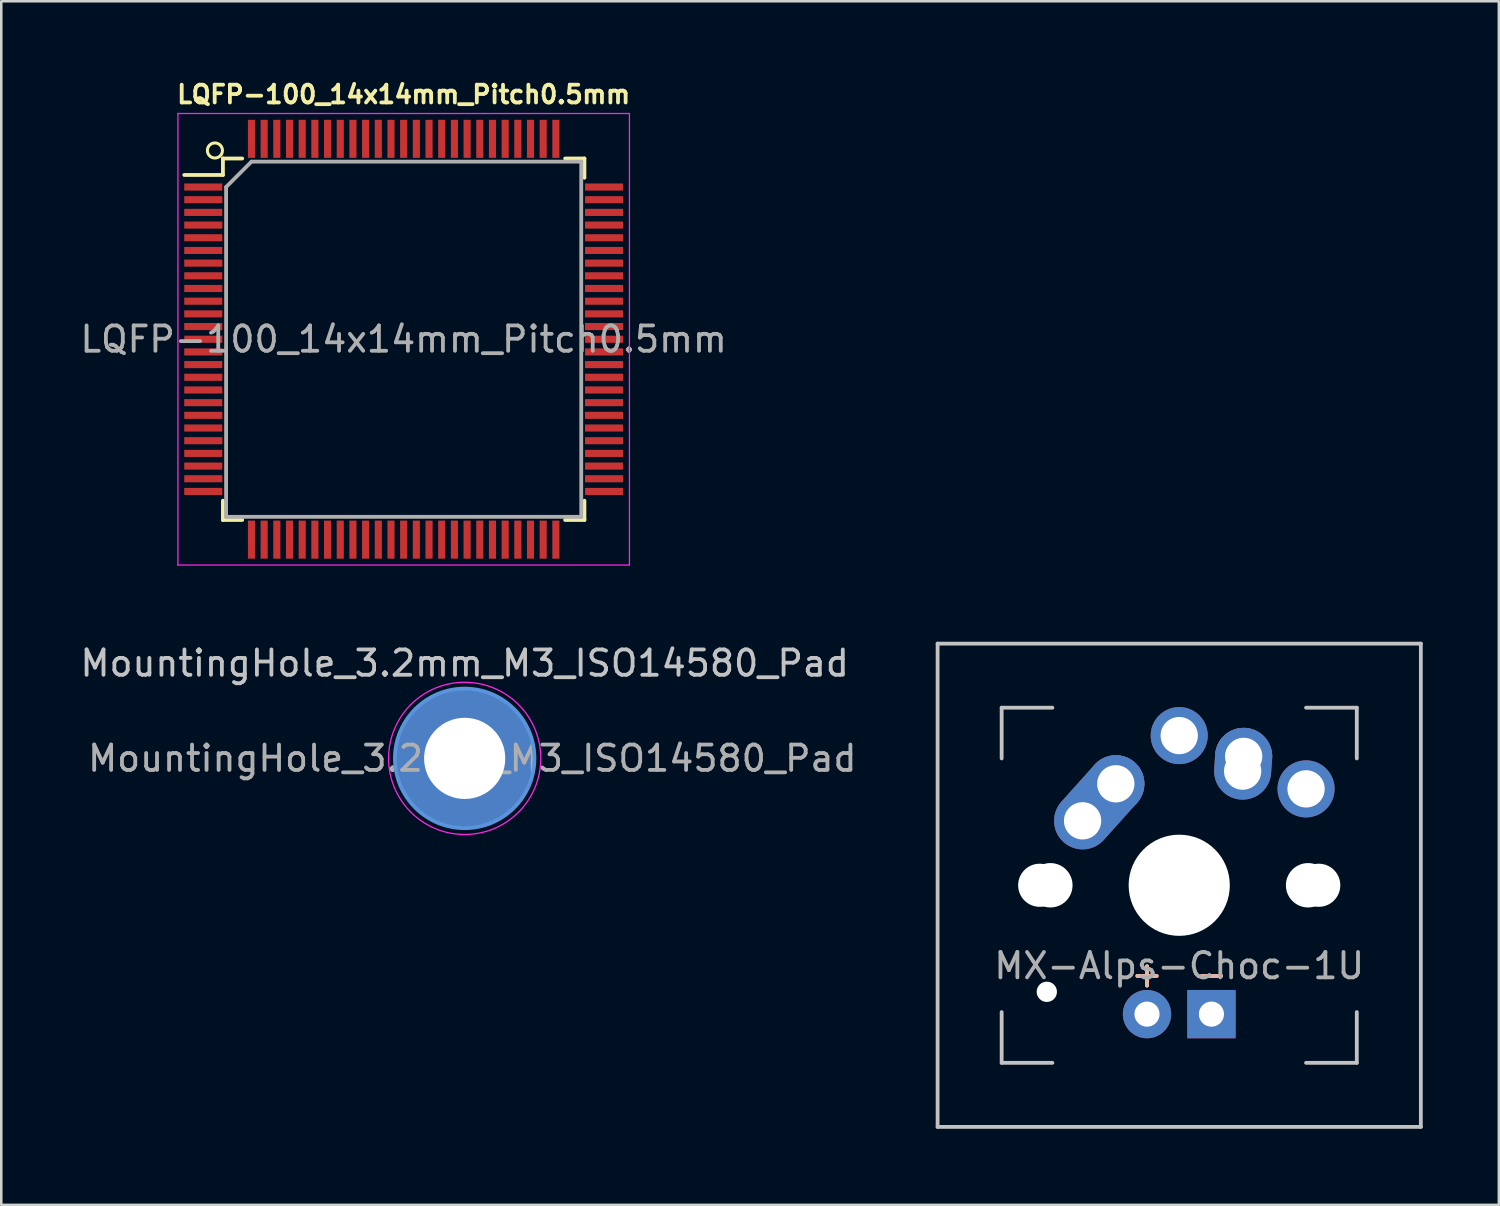
<source format=kicad_pcb>
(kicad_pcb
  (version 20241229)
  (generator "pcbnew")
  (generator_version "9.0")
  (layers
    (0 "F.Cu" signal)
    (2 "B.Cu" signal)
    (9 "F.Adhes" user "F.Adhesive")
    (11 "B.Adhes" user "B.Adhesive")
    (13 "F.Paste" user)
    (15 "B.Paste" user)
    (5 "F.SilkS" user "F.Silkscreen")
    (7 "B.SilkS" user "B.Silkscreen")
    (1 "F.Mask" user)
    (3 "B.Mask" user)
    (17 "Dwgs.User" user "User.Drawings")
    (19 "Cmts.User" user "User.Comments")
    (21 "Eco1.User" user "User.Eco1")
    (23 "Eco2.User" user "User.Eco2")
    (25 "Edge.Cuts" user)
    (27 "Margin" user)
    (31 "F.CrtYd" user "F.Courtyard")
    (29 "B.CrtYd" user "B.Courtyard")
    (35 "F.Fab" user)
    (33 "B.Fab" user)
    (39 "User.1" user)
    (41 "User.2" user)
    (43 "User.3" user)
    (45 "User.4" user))
  (footprint "MX-Alps-Choc-1U"
    (layer "F.Cu")
    (at 43.436 31.848)
    (property "Reference" "MX-Alps-Choc-1U" (at 0 3.175 0) (layer "F.Fab") (effects (font (size 1 1) (thickness 0.15))))
    (attr through_hole)
    (fp_line (start -9.525 -9.525) (end 9.525 -9.525) (stroke (width 0.15) (type solid)) (layer "Dwgs.User"))
    (fp_line (start -9.525 9.525) (end -9.525 -9.525) (stroke (width 0.15) (type solid)) (layer "Dwgs.User"))
    (fp_line (start -7 -7) (end -7 -5) (stroke (width 0.15) (type solid)) (layer "Dwgs.User"))
    (fp_line (start -7 5) (end -7 7) (stroke (width 0.15) (type solid)) (layer "Dwgs.User"))
    (fp_line (start -7 7) (end -5 7) (stroke (width 0.15) (type solid)) (layer "Dwgs.User"))
    (fp_line (start -5 -7) (end -7 -7) (stroke (width 0.15) (type solid)) (layer "Dwgs.User"))
    (fp_line (start 5 -7) (end 7 -7) (stroke (width 0.15) (type solid)) (layer "Dwgs.User"))
    (fp_line (start 5 7) (end 7 7) (stroke (width 0.15) (type solid)) (layer "Dwgs.User"))
    (fp_line (start 7 -7) (end 7 -5) (stroke (width 0.15) (type solid)) (layer "Dwgs.User"))
    (fp_line (start 7 7) (end 7 5) (stroke (width 0.15) (type solid)) (layer "Dwgs.User"))
    (fp_line (start 9.525 -9.525) (end 9.525 9.525) (stroke (width 0.15) (type solid)) (layer "Dwgs.User"))
    (fp_line (start 9.525 9.525) (end -9.525 9.525) (stroke (width 0.15) (type solid)) (layer "Dwgs.User"))
    (fp_text user "+" (at -1.27 3.5 0) (layer "F.SilkS") (effects (font (size 1 1) (thickness 0.15))))
    (fp_text user "-" (at 1.27 3.5 0) (layer "F.SilkS") (effects (font (size 1 1) (thickness 0.15))))
    (fp_text user "-" (at 1.27 3.5 0) (layer "B.SilkS") (effects (font (size 1 1) (thickness 0.15))))
    (fp_text user "+" (at -1.27 3.5 0) (layer "B.SilkS") (effects (font (size 1 1) (thickness 0.15))))
    (pad "" np_thru_hole circle (at -5.5 0 48.1) (size 1.7 1.7) (drill 1.7) (layers "*.Cu" "*.Mask"))
    (pad "" np_thru_hole circle (at -5.22 4.2 48.1) (size 0.8 0.8) (drill 0.8) (layers "*.Cu" "*.Mask"))
    (pad "" np_thru_hole circle (at -5.08 0 48.1) (size 1.75 1.75) (drill 1.75) (layers "*.Cu" "*.Mask"))
    (pad "" np_thru_hole circle (at 0 0) (size 3.988 3.988) (drill 3.988) (layers "*.Cu" "*.Mask"))
    (pad "" np_thru_hole circle (at 5.08 0 48.1) (size 1.75 1.75) (drill 1.75) (layers "*.Cu" "*.Mask"))
    (pad "" np_thru_hole circle (at 5.5 0 48.1) (size 1.7 1.7) (drill 1.7) (layers "*.Cu" "*.Mask"))
    (pad "1" thru_hole oval (at -3.81 -2.54 48.1) (size 4.212 2.25) (drill 1.47 (offset 0.981 0)) (layers "*.Cu" "*.Mask"))
    (pad "1" thru_hole circle (at -2.5 -4) (size 2.25 2.25) (drill 1.47) (layers "*.Cu" "*.Mask"))
    (pad "1" thru_hole circle (at 0 -5.9) (size 2.25 2.25) (drill 1.47) (layers "*.Cu" "*.Mask"))
    (pad "2" thru_hole oval (at 2.5 -4.5 86.1) (size 2.831 2.25) (drill 1.47 (offset 0.291 0)) (layers "*.Cu" "*.Mask"))
    (pad "2" thru_hole circle (at 2.54 -5.08) (size 2.25 2.25) (drill 1.47) (layers "*.Cu" "*.Mask"))
    (pad "2" thru_hole circle (at 5 -3.8) (size 2.25 2.25) (drill 1.47) (layers "*.Cu" "*.Mask"))
    (pad "3" thru_hole circle (at -1.27 5.08) (size 1.905 1.905) (drill 0.991) (layers "*.Cu" "*.Mask"))
    (pad "4" thru_hole rect (at 1.27 5.08) (size 1.905 1.905) (drill 0.991) (layers "*.Cu" "*.Mask")))
  (footprint "LQFP-100_14x14mm_Pitch0.5mm"
    (layer "F.Cu")
    (at 12.863 10.323)
    (property "Reference" "LQFP-100_14x14mm_Pitch0.5mm" (at 0 -9.65 0) (layer "F.SilkS") (effects (font (size 0.7 0.7) (thickness 0.15))))
    (attr smd)
    (fp_line (start -7.125 -7.125) (end -7.125 -6.475) (stroke (width 0.15) (type solid)) (layer "F.SilkS"))
    (fp_line (start -7.125 -7.125) (end -6.365 -7.125) (stroke (width 0.15) (type solid)) (layer "F.SilkS"))
    (fp_line (start -7.125 -6.475) (end -8.65 -6.475) (stroke (width 0.15) (type solid)) (layer "F.SilkS"))
    (fp_line (start -7.125 7.125) (end -7.125 6.365) (stroke (width 0.15) (type solid)) (layer "F.SilkS"))
    (fp_line (start -7.125 7.125) (end -6.365 7.125) (stroke (width 0.15) (type solid)) (layer "F.SilkS"))
    (fp_line (start 7.125 -7.125) (end 6.365 -7.125) (stroke (width 0.15) (type solid)) (layer "F.SilkS"))
    (fp_line (start 7.125 -7.125) (end 7.125 -6.365) (stroke (width 0.15) (type solid)) (layer "F.SilkS"))
    (fp_line (start 7.125 7.125) (end 6.365 7.125) (stroke (width 0.15) (type solid)) (layer "F.SilkS"))
    (fp_line (start 7.125 7.125) (end 7.125 6.365) (stroke (width 0.15) (type solid)) (layer "F.SilkS"))
    (fp_circle (center -7.441 -7.441) (end -7.144 -7.441) (stroke (width 0.12) (type solid)) (fill no) (layer "F.SilkS"))
    (fp_line (start -8.9 -8.9) (end -8.9 8.9) (stroke (width 0.05) (type solid)) (layer "F.CrtYd"))
    (fp_line (start -8.9 -8.9) (end 8.9 -8.9) (stroke (width 0.05) (type solid)) (layer "F.CrtYd"))
    (fp_line (start -8.9 8.9) (end 8.9 8.9) (stroke (width 0.05) (type solid)) (layer "F.CrtYd"))
    (fp_line (start 8.9 -8.9) (end 8.9 8.9) (stroke (width 0.05) (type solid)) (layer "F.CrtYd"))
    (fp_line (start -7 -6) (end -6 -7) (stroke (width 0.15) (type solid)) (layer "F.Fab"))
    (fp_line (start -7 7) (end -7 -6) (stroke (width 0.15) (type solid)) (layer "F.Fab"))
    (fp_line (start -6 -7) (end 7 -7) (stroke (width 0.15) (type solid)) (layer "F.Fab"))
    (fp_line (start 7 -7) (end 7 7) (stroke (width 0.15) (type solid)) (layer "F.Fab"))
    (fp_line (start 7 7) (end -7 7) (stroke (width 0.15) (type solid)) (layer "F.Fab"))
    (fp_text user "${REFERENCE}" (at 0 0 0) (layer "F.Fab") (effects (font (size 1 1) (thickness 0.15))))
    (pad "1" smd rect (at -7.9 -6) (size 1.5 0.28) (layers "F.Cu" "F.Mask" "F.Paste"))
    (pad "2" smd rect (at -7.9 -5.5) (size 1.5 0.28) (layers "F.Cu" "F.Mask" "F.Paste"))
    (pad "3" smd rect (at -7.9 -5) (size 1.5 0.28) (layers "F.Cu" "F.Mask" "F.Paste"))
    (pad "4" smd rect (at -7.9 -4.5) (size 1.5 0.28) (layers "F.Cu" "F.Mask" "F.Paste"))
    (pad "5" smd rect (at -7.9 -4) (size 1.5 0.28) (layers "F.Cu" "F.Mask" "F.Paste"))
    (pad "6" smd rect (at -7.9 -3.5) (size 1.5 0.28) (layers "F.Cu" "F.Mask" "F.Paste"))
    (pad "7" smd rect (at -7.9 -3) (size 1.5 0.28) (layers "F.Cu" "F.Mask" "F.Paste"))
    (pad "8" smd rect (at -7.9 -2.5) (size 1.5 0.28) (layers "F.Cu" "F.Mask" "F.Paste"))
    (pad "9" smd rect (at -7.9 -2) (size 1.5 0.28) (layers "F.Cu" "F.Mask" "F.Paste"))
    (pad "10" smd rect (at -7.9 -1.5) (size 1.5 0.28) (layers "F.Cu" "F.Mask" "F.Paste"))
    (pad "11" smd rect (at -7.9 -1) (size 1.5 0.28) (layers "F.Cu" "F.Mask" "F.Paste"))
    (pad "12" smd rect (at -7.9 -0.5) (size 1.5 0.28) (layers "F.Cu" "F.Mask" "F.Paste"))
    (pad "13" smd rect (at -7.9 0) (size 1.5 0.28) (layers "F.Cu" "F.Mask" "F.Paste"))
    (pad "14" smd rect (at -7.9 0.5) (size 1.5 0.28) (layers "F.Cu" "F.Mask" "F.Paste"))
    (pad "15" smd rect (at -7.9 1) (size 1.5 0.28) (layers "F.Cu" "F.Mask" "F.Paste"))
    (pad "16" smd rect (at -7.9 1.5) (size 1.5 0.28) (layers "F.Cu" "F.Mask" "F.Paste"))
    (pad "17" smd rect (at -7.9 2) (size 1.5 0.28) (layers "F.Cu" "F.Mask" "F.Paste"))
    (pad "18" smd rect (at -7.9 2.5) (size 1.5 0.28) (layers "F.Cu" "F.Mask" "F.Paste"))
    (pad "19" smd rect (at -7.9 3) (size 1.5 0.28) (layers "F.Cu" "F.Mask" "F.Paste"))
    (pad "20" smd rect (at -7.9 3.5) (size 1.5 0.28) (layers "F.Cu" "F.Mask" "F.Paste"))
    (pad "21" smd rect (at -7.9 4) (size 1.5 0.28) (layers "F.Cu" "F.Mask" "F.Paste"))
    (pad "22" smd rect (at -7.9 4.5) (size 1.5 0.28) (layers "F.Cu" "F.Mask" "F.Paste"))
    (pad "23" smd rect (at -7.9 5) (size 1.5 0.28) (layers "F.Cu" "F.Mask" "F.Paste"))
    (pad "24" smd rect (at -7.9 5.5) (size 1.5 0.28) (layers "F.Cu" "F.Mask" "F.Paste"))
    (pad "25" smd rect (at -7.9 6) (size 1.5 0.28) (layers "F.Cu" "F.Mask" "F.Paste"))
    (pad "26" smd rect (at -6 7.9 90) (size 1.5 0.28) (layers "F.Cu" "F.Mask" "F.Paste"))
    (pad "27" smd rect (at -5.5 7.9 90) (size 1.5 0.28) (layers "F.Cu" "F.Mask" "F.Paste"))
    (pad "28" smd rect (at -5 7.9 90) (size 1.5 0.28) (layers "F.Cu" "F.Mask" "F.Paste"))
    (pad "29" smd rect (at -4.5 7.9 90) (size 1.5 0.28) (layers "F.Cu" "F.Mask" "F.Paste"))
    (pad "30" smd rect (at -4 7.9 90) (size 1.5 0.28) (layers "F.Cu" "F.Mask" "F.Paste"))
    (pad "31" smd rect (at -3.5 7.9 90) (size 1.5 0.28) (layers "F.Cu" "F.Mask" "F.Paste"))
    (pad "32" smd rect (at -3 7.9 90) (size 1.5 0.28) (layers "F.Cu" "F.Mask" "F.Paste"))
    (pad "33" smd rect (at -2.5 7.9 90) (size 1.5 0.28) (layers "F.Cu" "F.Mask" "F.Paste"))
    (pad "34" smd rect (at -2 7.9 90) (size 1.5 0.28) (layers "F.Cu" "F.Mask" "F.Paste"))
    (pad "35" smd rect (at -1.5 7.9 90) (size 1.5 0.28) (layers "F.Cu" "F.Mask" "F.Paste"))
    (pad "36" smd rect (at -1 7.9 90) (size 1.5 0.28) (layers "F.Cu" "F.Mask" "F.Paste"))
    (pad "37" smd rect (at -0.5 7.9 90) (size 1.5 0.28) (layers "F.Cu" "F.Mask" "F.Paste"))
    (pad "38" smd rect (at 0 7.9 90) (size 1.5 0.28) (layers "F.Cu" "F.Mask" "F.Paste"))
    (pad "39" smd rect (at 0.5 7.9 90) (size 1.5 0.28) (layers "F.Cu" "F.Mask" "F.Paste"))
    (pad "40" smd rect (at 1 7.9 90) (size 1.5 0.28) (layers "F.Cu" "F.Mask" "F.Paste"))
    (pad "41" smd rect (at 1.5 7.9 90) (size 1.5 0.28) (layers "F.Cu" "F.Mask" "F.Paste"))
    (pad "42" smd rect (at 2 7.9 90) (size 1.5 0.28) (layers "F.Cu" "F.Mask" "F.Paste"))
    (pad "43" smd rect (at 2.5 7.9 90) (size 1.5 0.28) (layers "F.Cu" "F.Mask" "F.Paste"))
    (pad "44" smd rect (at 3 7.9 90) (size 1.5 0.28) (layers "F.Cu" "F.Mask" "F.Paste"))
    (pad "45" smd rect (at 3.5 7.9 90) (size 1.5 0.28) (layers "F.Cu" "F.Mask" "F.Paste"))
    (pad "46" smd rect (at 4 7.9 90) (size 1.5 0.28) (layers "F.Cu" "F.Mask" "F.Paste"))
    (pad "47" smd rect (at 4.5 7.9 90) (size 1.5 0.28) (layers "F.Cu" "F.Mask" "F.Paste"))
    (pad "48" smd rect (at 5 7.9 90) (size 1.5 0.28) (layers "F.Cu" "F.Mask" "F.Paste"))
    (pad "49" smd rect (at 5.5 7.9 90) (size 1.5 0.28) (layers "F.Cu" "F.Mask" "F.Paste"))
    (pad "50" smd rect (at 6 7.9 90) (size 1.5 0.28) (layers "F.Cu" "F.Mask" "F.Paste"))
    (pad "51" smd rect (at 7.9 6) (size 1.5 0.28) (layers "F.Cu" "F.Mask" "F.Paste"))
    (pad "52" smd rect (at 7.9 5.5) (size 1.5 0.28) (layers "F.Cu" "F.Mask" "F.Paste"))
    (pad "53" smd rect (at 7.9 5) (size 1.5 0.28) (layers "F.Cu" "F.Mask" "F.Paste"))
    (pad "54" smd rect (at 7.9 4.5) (size 1.5 0.28) (layers "F.Cu" "F.Mask" "F.Paste"))
    (pad "55" smd rect (at 7.9 4) (size 1.5 0.28) (layers "F.Cu" "F.Mask" "F.Paste"))
    (pad "56" smd rect (at 7.9 3.5) (size 1.5 0.28) (layers "F.Cu" "F.Mask" "F.Paste"))
    (pad "57" smd rect (at 7.9 3) (size 1.5 0.28) (layers "F.Cu" "F.Mask" "F.Paste"))
    (pad "58" smd rect (at 7.9 2.5) (size 1.5 0.28) (layers "F.Cu" "F.Mask" "F.Paste"))
    (pad "59" smd rect (at 7.9 2) (size 1.5 0.28) (layers "F.Cu" "F.Mask" "F.Paste"))
    (pad "60" smd rect (at 7.9 1.5) (size 1.5 0.28) (layers "F.Cu" "F.Mask" "F.Paste"))
    (pad "61" smd rect (at 7.9 1) (size 1.5 0.28) (layers "F.Cu" "F.Mask" "F.Paste"))
    (pad "62" smd rect (at 7.9 0.5) (size 1.5 0.28) (layers "F.Cu" "F.Mask" "F.Paste"))
    (pad "63" smd rect (at 7.9 0) (size 1.5 0.28) (layers "F.Cu" "F.Mask" "F.Paste"))
    (pad "64" smd rect (at 7.9 -0.5) (size 1.5 0.28) (layers "F.Cu" "F.Mask" "F.Paste"))
    (pad "65" smd rect (at 7.9 -1) (size 1.5 0.28) (layers "F.Cu" "F.Mask" "F.Paste"))
    (pad "66" smd rect (at 7.9 -1.5) (size 1.5 0.28) (layers "F.Cu" "F.Mask" "F.Paste"))
    (pad "67" smd rect (at 7.9 -2) (size 1.5 0.28) (layers "F.Cu" "F.Mask" "F.Paste"))
    (pad "68" smd rect (at 7.9 -2.5) (size 1.5 0.28) (layers "F.Cu" "F.Mask" "F.Paste"))
    (pad "69" smd rect (at 7.9 -3) (size 1.5 0.28) (layers "F.Cu" "F.Mask" "F.Paste"))
    (pad "70" smd rect (at 7.9 -3.5) (size 1.5 0.28) (layers "F.Cu" "F.Mask" "F.Paste"))
    (pad "71" smd rect (at 7.9 -4) (size 1.5 0.28) (layers "F.Cu" "F.Mask" "F.Paste"))
    (pad "72" smd rect (at 7.9 -4.5) (size 1.5 0.28) (layers "F.Cu" "F.Mask" "F.Paste"))
    (pad "73" smd rect (at 7.9 -5) (size 1.5 0.28) (layers "F.Cu" "F.Mask" "F.Paste"))
    (pad "74" smd rect (at 7.9 -5.5) (size 1.5 0.28) (layers "F.Cu" "F.Mask" "F.Paste"))
    (pad "75" smd rect (at 7.9 -6) (size 1.5 0.28) (layers "F.Cu" "F.Mask" "F.Paste"))
    (pad "76" smd rect (at 6 -7.9 90) (size 1.5 0.28) (layers "F.Cu" "F.Mask" "F.Paste"))
    (pad "77" smd rect (at 5.5 -7.9 90) (size 1.5 0.28) (layers "F.Cu" "F.Mask" "F.Paste"))
    (pad "78" smd rect (at 5 -7.9 90) (size 1.5 0.28) (layers "F.Cu" "F.Mask" "F.Paste"))
    (pad "79" smd rect (at 4.5 -7.9 90) (size 1.5 0.28) (layers "F.Cu" "F.Mask" "F.Paste"))
    (pad "80" smd rect (at 4 -7.9 90) (size 1.5 0.28) (layers "F.Cu" "F.Mask" "F.Paste"))
    (pad "81" smd rect (at 3.5 -7.9 90) (size 1.5 0.28) (layers "F.Cu" "F.Mask" "F.Paste"))
    (pad "82" smd rect (at 3 -7.9 90) (size 1.5 0.28) (layers "F.Cu" "F.Mask" "F.Paste"))
    (pad "83" smd rect (at 2.5 -7.9 90) (size 1.5 0.28) (layers "F.Cu" "F.Mask" "F.Paste"))
    (pad "84" smd rect (at 2 -7.9 90) (size 1.5 0.28) (layers "F.Cu" "F.Mask" "F.Paste"))
    (pad "85" smd rect (at 1.5 -7.9 90) (size 1.5 0.28) (layers "F.Cu" "F.Mask" "F.Paste"))
    (pad "86" smd rect (at 1 -7.9 90) (size 1.5 0.28) (layers "F.Cu" "F.Mask" "F.Paste"))
    (pad "87" smd rect (at 0.5 -7.9 90) (size 1.5 0.28) (layers "F.Cu" "F.Mask" "F.Paste"))
    (pad "88" smd rect (at 0 -7.9 90) (size 1.5 0.28) (layers "F.Cu" "F.Mask" "F.Paste"))
    (pad "89" smd rect (at -0.5 -7.9 90) (size 1.5 0.28) (layers "F.Cu" "F.Mask" "F.Paste"))
    (pad "90" smd rect (at -1 -7.9 90) (size 1.5 0.28) (layers "F.Cu" "F.Mask" "F.Paste"))
    (pad "91" smd rect (at -1.5 -7.9 90) (size 1.5 0.28) (layers "F.Cu" "F.Mask" "F.Paste"))
    (pad "92" smd rect (at -2 -7.9 90) (size 1.5 0.28) (layers "F.Cu" "F.Mask" "F.Paste"))
    (pad "93" smd rect (at -2.5 -7.9 90) (size 1.5 0.28) (layers "F.Cu" "F.Mask" "F.Paste"))
    (pad "94" smd rect (at -3 -7.9 90) (size 1.5 0.28) (layers "F.Cu" "F.Mask" "F.Paste"))
    (pad "95" smd rect (at -3.5 -7.9 90) (size 1.5 0.28) (layers "F.Cu" "F.Mask" "F.Paste"))
    (pad "96" smd rect (at -4 -7.9 90) (size 1.5 0.28) (layers "F.Cu" "F.Mask" "F.Paste"))
    (pad "97" smd rect (at -4.5 -7.9 90) (size 1.5 0.28) (layers "F.Cu" "F.Mask" "F.Paste"))
    (pad "98" smd rect (at -5 -7.9 90) (size 1.5 0.28) (layers "F.Cu" "F.Mask" "F.Paste"))
    (pad "99" smd rect (at -5.5 -7.9 90) (size 1.5 0.28) (layers "F.Cu" "F.Mask" "F.Paste"))
    (pad "100" smd rect (at -6 -7.9 90) (size 1.5 0.28) (layers "F.Cu" "F.Mask" "F.Paste")))
  (footprint "MountingHole_3.2mm_M3_ISO14580_Pad"
    (layer "F.Cu")
    (at 15.268 26.846)
    (property "Reference" "MountingHole_3.2mm_M3_ISO14580_Pad" (at 0 -3.75 0) (layer "Dwgs.User") (effects (font (size 1 1) (thickness 0.15))))
    (attr exclude_from_pos_files exclude_from_bom)
    (fp_circle (center 0 0) (end 2.75 0) (stroke (width 0.15) (type solid)) (fill no) (layer "Cmts.User"))
    (fp_circle (center 0 0) (end 3 0) (stroke (width 0.05) (type solid)) (fill no) (layer "F.CrtYd"))
    (fp_text user "${REFERENCE}" (at 0.3 0 0) (layer "F.Fab") (effects (font (size 1 1) (thickness 0.15))))
    (pad "1" thru_hole circle (at 0 0) (size 5.5 5.5) (drill 3.2) (layers "*.Cu" "*.Mask")))
  (gr_rect
    (start -3 -3)
    (end 56.036 44.448)
    (stroke (width 0.1) (type default))
    (fill no)
    (layer "Edge.Cuts")))
</source>
